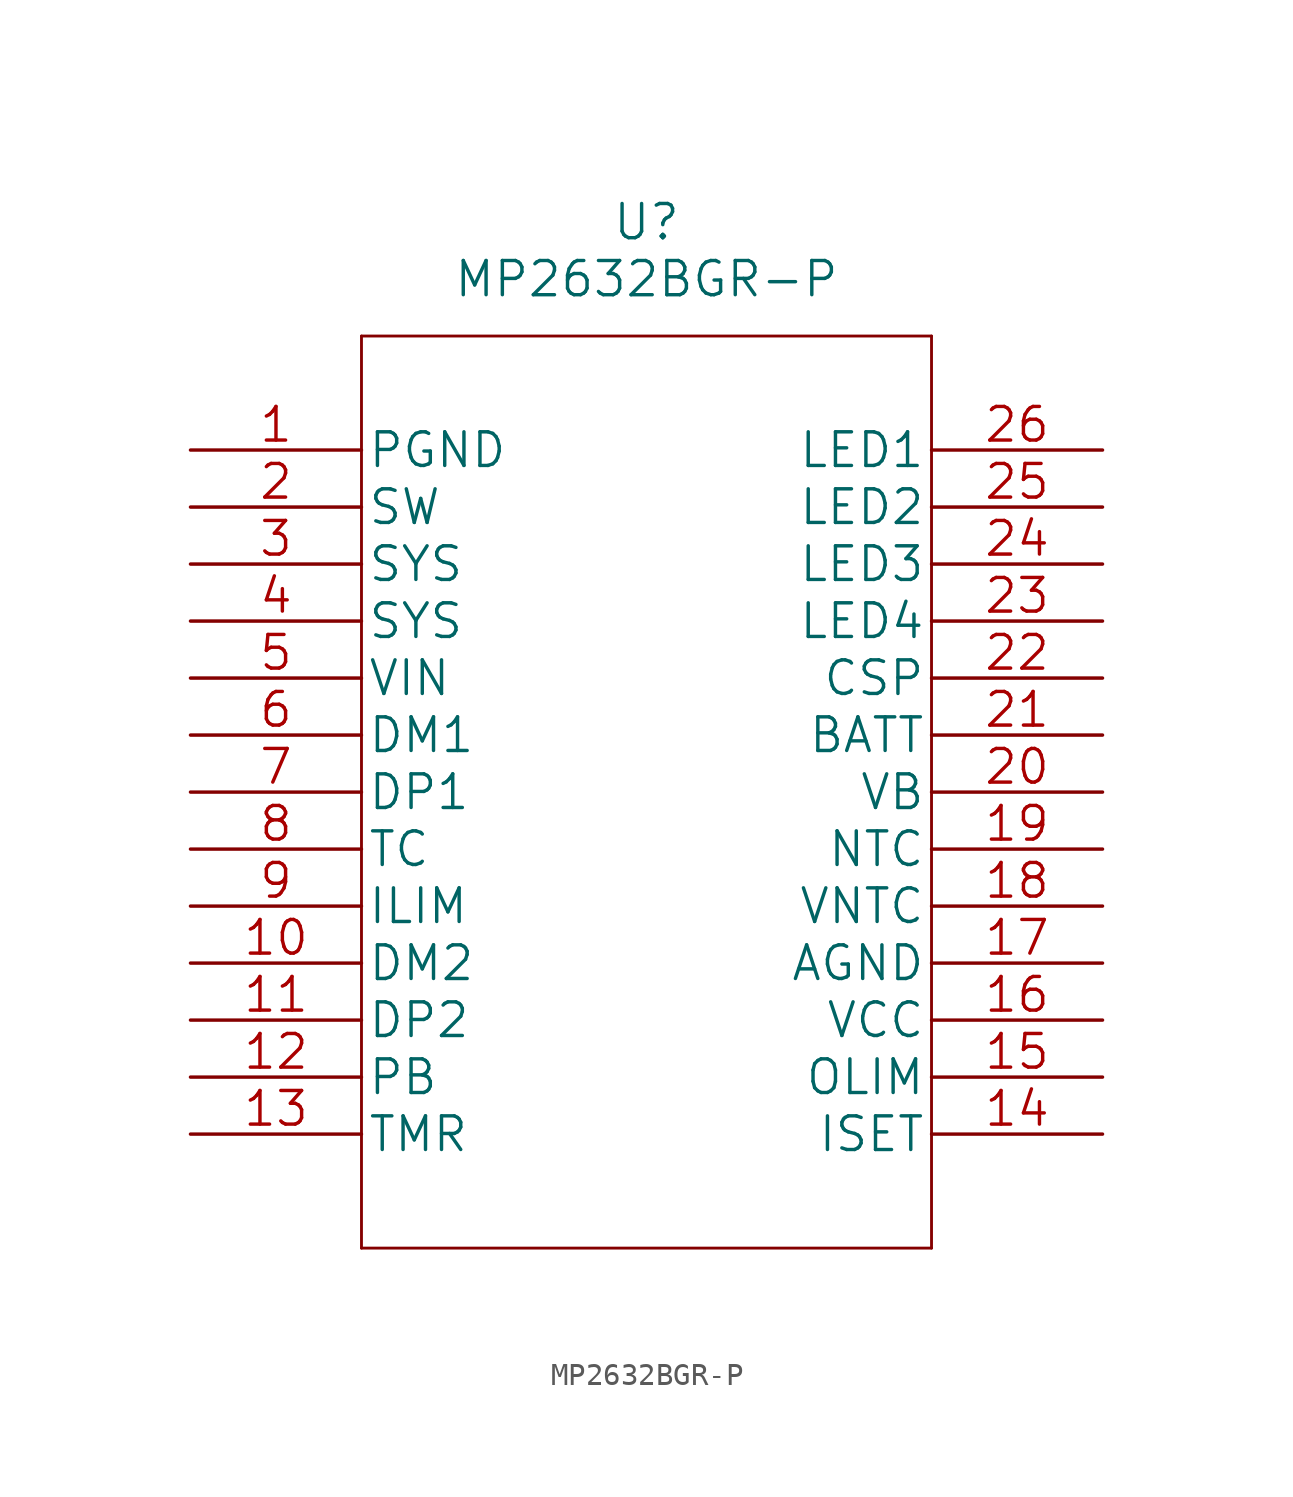
<source format=kicad_sym>
(kicad_symbol_lib
  (version 20211014)
  (generator kicad_symbol_editor)
  (symbol "MP2632BGR-P"
    (pin_names
      (offset 0.254))
    (property "Reference" "U"
      (at 20.32 10.16 0)
      (effects (font (size 1.524 1.524))))
    (property "Value" "MP2632BGR-P"
      (at 20.32 7.62 0)
      (effects (font (size 1.524 1.524))))
    (property "Datasheet" ""
      (at 0 0 0)
      (effects (font (size 1.524 1.524))))
    (property "ki_locked" ""
      (at 0 0 0)
      (effects (font (size 1.27 1.27))))
    (symbol "MP2632BGR-P_1_1"
      (polyline (pts (xy 7.62 -35.56) (xy 33.02 -35.56)) (stroke (width 0.127) (type default) (color 0 0 0 0)) (fill (type none)))
      (polyline (pts (xy 7.62 5.08) (xy 7.62 -35.56)) (stroke (width 0.127) (type default) (color 0 0 0 0)) (fill (type none)))
      (polyline (pts (xy 33.02 -35.56) (xy 33.02 5.08)) (stroke (width 0.127) (type default) (color 0 0 0 0)) (fill (type none)))
      (polyline (pts (xy 33.02 5.08) (xy 7.62 5.08)) (stroke (width 0.127) (type default) (color 0 0 0 0)) (fill (type none)))
      (pin power_in line (at 0 0 0) (length 7.62) (name "PGND" (effects (font (size 1.499 1.499)))) (number "1" (effects (font (size 1.499 1.499)))))
      (pin output line (at 0 -22.86 0) (length 7.62) (name "DM2" (effects (font (size 1.499 1.499)))) (number "10" (effects (font (size 1.499 1.499)))))
      (pin output line (at 0 -25.4 0) (length 7.62) (name "DP2" (effects (font (size 1.499 1.499)))) (number "11" (effects (font (size 1.499 1.499)))))
      (pin input line (at 0 -27.94 0) (length 7.62) (name "PB" (effects (font (size 1.499 1.499)))) (number "12" (effects (font (size 1.499 1.499)))))
      (pin input line (at 0 -30.48 0) (length 7.62) (name "TMR" (effects (font (size 1.499 1.499)))) (number "13" (effects (font (size 1.499 1.499)))))
      (pin input line (at 40.64 -30.48 180) (length 7.62) (name "ISET" (effects (font (size 1.499 1.499)))) (number "14" (effects (font (size 1.499 1.499)))))
      (pin input line (at 40.64 -27.94 180) (length 7.62) (name "OLIM" (effects (font (size 1.499 1.499)))) (number "15" (effects (font (size 1.499 1.499)))))
      (pin input line (at 40.64 -25.4 180) (length 7.62) (name "VCC" (effects (font (size 1.499 1.499)))) (number "16" (effects (font (size 1.499 1.499)))))
      (pin bidirectional line (at 40.64 -22.86 180) (length 7.62) (name "AGND" (effects (font (size 1.499 1.499)))) (number "17" (effects (font (size 1.499 1.499)))))
      (pin output line (at 40.64 -20.32 180) (length 7.62) (name "VNTC" (effects (font (size 1.499 1.499)))) (number "18" (effects (font (size 1.499 1.499)))))
      (pin input line (at 40.64 -17.78 180) (length 7.62) (name "NTC" (effects (font (size 1.499 1.499)))) (number "19" (effects (font (size 1.499 1.499)))))
      (pin power_in line (at 0 -2.54 0) (length 7.62) (name "SW" (effects (font (size 1.499 1.499)))) (number "2" (effects (font (size 1.499 1.499)))))
      (pin input line (at 40.64 -15.24 180) (length 7.62) (name "VB" (effects (font (size 1.499 1.499)))) (number "20" (effects (font (size 1.499 1.499)))))
      (pin input line (at 40.64 -12.7 180) (length 7.62) (name "BATT" (effects (font (size 1.499 1.499)))) (number "21" (effects (font (size 1.499 1.499)))))
      (pin input line (at 40.64 -10.16 180) (length 7.62) (name "CSP" (effects (font (size 1.499 1.499)))) (number "22" (effects (font (size 1.499 1.499)))))
      (pin output line (at 40.64 -7.62 180) (length 7.62) (name "LED4" (effects (font (size 1.499 1.499)))) (number "23" (effects (font (size 1.499 1.499)))))
      (pin output line (at 40.64 -5.08 180) (length 7.62) (name "LED3" (effects (font (size 1.499 1.499)))) (number "24" (effects (font (size 1.499 1.499)))))
      (pin output line (at 40.64 -2.54 180) (length 7.62) (name "LED2" (effects (font (size 1.499 1.499)))) (number "25" (effects (font (size 1.499 1.499)))))
      (pin output line (at 40.64 0 180) (length 7.62) (name "LED1" (effects (font (size 1.499 1.499)))) (number "26" (effects (font (size 1.499 1.499)))))
      (pin power_in line (at 0 -5.08 0) (length 7.62) (name "SYS" (effects (font (size 1.499 1.499)))) (number "3" (effects (font (size 1.499 1.499)))))
      (pin power_in line (at 0 -7.62 0) (length 7.62) (name "SYS" (effects (font (size 1.499 1.499)))) (number "4" (effects (font (size 1.499 1.499)))))
      (pin power_in line (at 0 -10.16 0) (length 7.62) (name "VIN" (effects (font (size 1.499 1.499)))) (number "5" (effects (font (size 1.499 1.499)))))
      (pin input line (at 0 -12.7 0) (length 7.62) (name "DM1" (effects (font (size 1.499 1.499)))) (number "6" (effects (font (size 1.499 1.499)))))
      (pin input line (at 0 -15.24 0) (length 7.62) (name "DP1" (effects (font (size 1.499 1.499)))) (number "7" (effects (font (size 1.499 1.499)))))
      (pin output line (at 0 -17.78 0) (length 7.62) (name "TC" (effects (font (size 1.499 1.499)))) (number "8" (effects (font (size 1.499 1.499)))))
      (pin input line (at 0 -20.32 0) (length 7.62) (name "ILIM" (effects (font (size 1.499 1.499)))) (number "9" (effects (font (size 1.499 1.499))))))))
</source>
